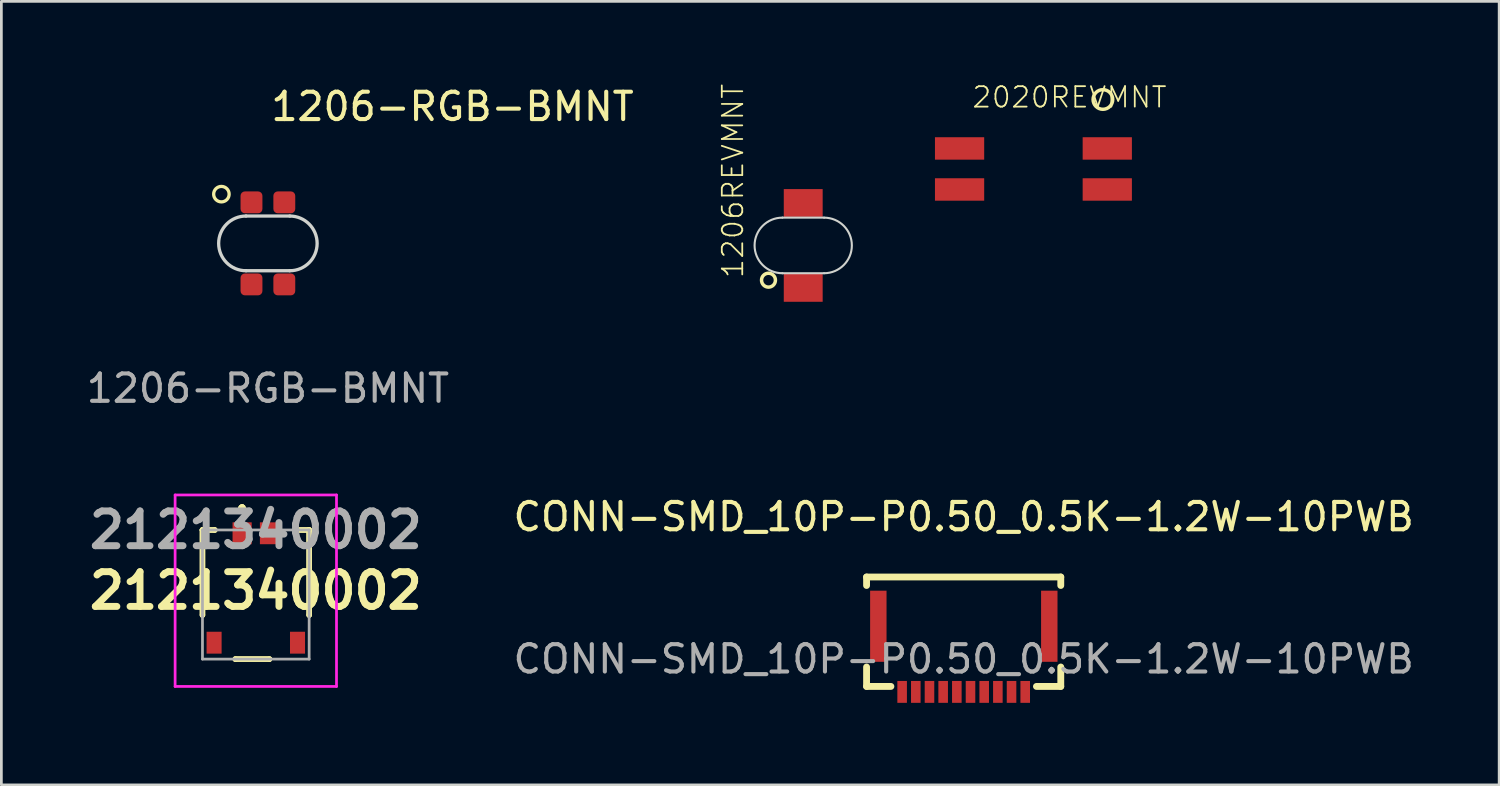
<source format=kicad_pcb>
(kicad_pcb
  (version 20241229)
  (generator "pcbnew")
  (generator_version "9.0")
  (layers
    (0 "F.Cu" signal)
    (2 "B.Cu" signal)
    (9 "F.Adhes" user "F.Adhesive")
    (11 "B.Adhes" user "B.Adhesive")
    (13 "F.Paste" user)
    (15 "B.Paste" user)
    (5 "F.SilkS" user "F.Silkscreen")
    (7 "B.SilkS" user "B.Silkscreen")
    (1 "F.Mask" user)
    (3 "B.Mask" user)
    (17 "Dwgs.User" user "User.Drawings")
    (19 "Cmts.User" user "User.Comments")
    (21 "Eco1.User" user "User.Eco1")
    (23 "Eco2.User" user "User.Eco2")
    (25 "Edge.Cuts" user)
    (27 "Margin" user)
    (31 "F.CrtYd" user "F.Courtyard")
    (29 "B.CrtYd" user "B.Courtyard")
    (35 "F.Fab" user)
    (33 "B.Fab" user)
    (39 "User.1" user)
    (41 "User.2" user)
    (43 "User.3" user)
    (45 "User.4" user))
  (footprint "CONN-SMD_10P-P0.50_0.5K-1.2W-10PWB"
    (layer "F.Cu")
    (at 32.181 21.045)
    (property "Reference" "CONN-SMD_10P-P0.50_0.5K-1.2W-10PWB" (at 0 -5.2 0) (layer "F.SilkS") (effects (font (size 1 1) (thickness 0.15))))
    (attr through_hole)
    (fp_line (start -3.55 -3) (end -3.55 -2.69) (stroke (width 0.25) (type solid)) (layer "F.SilkS"))
    (fp_line (start -3.55 0.29) (end -3.55 1) (stroke (width 0.25) (type solid)) (layer "F.SilkS"))
    (fp_line (start -3.55 1) (end -2.66 1) (stroke (width 0.25) (type solid)) (layer "F.SilkS"))
    (fp_line (start 3.55 -3) (end -3.55 -3) (stroke (width 0.25) (type solid)) (layer "F.SilkS"))
    (fp_line (start 3.55 -3) (end 3.55 -2.69) (stroke (width 0.25) (type solid)) (layer "F.SilkS"))
    (fp_line (start 3.55 0.29) (end 3.55 1) (stroke (width 0.25) (type solid)) (layer "F.SilkS"))
    (fp_line (start 3.55 1) (end 2.66 1) (stroke (width 0.25) (type solid)) (layer "F.SilkS"))
    (fp_text user "${REFERENCE}" (at 0 0 0) (layer "F.Fab") (effects (font (size 1 1) (thickness 0.15))))
    (pad "1" smd rect (at -2.25 1.2) (size 0.35 0.8) (layers "F.Cu" "F.Mask" "F.Paste"))
    (pad "2" smd rect (at -1.75 1.2) (size 0.35 0.8) (layers "F.Cu" "F.Mask" "F.Paste"))
    (pad "3" smd rect (at -1.25 1.2) (size 0.35 0.8) (layers "F.Cu" "F.Mask" "F.Paste"))
    (pad "4" smd rect (at -0.75 1.2) (size 0.35 0.8) (layers "F.Cu" "F.Mask" "F.Paste"))
    (pad "5" smd rect (at -0.25 1.2) (size 0.35 0.8) (layers "F.Cu" "F.Mask" "F.Paste"))
    (pad "6" smd rect (at 0.25 1.2) (size 0.35 0.8) (layers "F.Cu" "F.Mask" "F.Paste"))
    (pad "7" smd rect (at 0.75 1.2) (size 0.35 0.8) (layers "F.Cu" "F.Mask" "F.Paste"))
    (pad "8" smd rect (at 1.25 1.2) (size 0.35 0.8) (layers "F.Cu" "F.Mask" "F.Paste"))
    (pad "9" smd rect (at 1.75 1.2) (size 0.35 0.8) (layers "F.Cu" "F.Mask" "F.Paste"))
    (pad "10" smd rect (at 2.25 1.2) (size 0.35 0.8) (layers "F.Cu" "F.Mask" "F.Paste"))
    (pad "11" smd rect (at 3.13 -1.2) (size 0.6 2.6) (layers "F.Cu" "F.Mask" "F.Paste"))
    (pad "12" smd rect (at -3.12 -1.2) (size 0.6 2.6) (layers "F.Cu" "F.Mask" "F.Paste")))
  (footprint "2121340002"
    (layer "F.Cu")
    (at 6.302 18.686)
    (property "Reference" "2121340002" (at 0 -0.14 0) (layer "F.SilkS") (effects (font (size 1.27 1.27) (thickness 0.254))))
    (attr smd)
    (fp_line (start -1.95 -2.36) (end -1.95 -2.36) (stroke (width 0.2) (type solid)) (layer "F.SilkS"))
    (fp_line (start -1.95 -2.36) (end -1.95 -2.36) (stroke (width 0.2) (type solid)) (layer "F.SilkS"))
    (fp_line (start -1.95 -2.36) (end -1.95 0.75) (stroke (width 0.2) (type solid)) (layer "F.SilkS"))
    (fp_line (start -1.95 -2.36) (end -1.5 -2.36) (stroke (width 0.2) (type solid)) (layer "F.SilkS"))
    (fp_line (start -1.95 0.75) (end -1.95 -2.36) (stroke (width 0.2) (type solid)) (layer "F.SilkS"))
    (fp_line (start -1.95 0.75) (end -1.95 0.75) (stroke (width 0.2) (type solid)) (layer "F.SilkS"))
    (fp_line (start -1.5 -2.36) (end -1.95 -2.36) (stroke (width 0.2) (type solid)) (layer "F.SilkS"))
    (fp_line (start -1.5 -2.36) (end -1.5 -2.36) (stroke (width 0.2) (type solid)) (layer "F.SilkS"))
    (fp_line (start -0.75 2.36) (end -0.75 2.36) (stroke (width 0.2) (type solid)) (layer "F.SilkS"))
    (fp_line (start -0.75 2.36) (end 0.5 2.36) (stroke (width 0.2) (type solid)) (layer "F.SilkS"))
    (fp_line (start -0.5 -3.2) (end -0.5 -3.2) (stroke (width 0.2) (type solid)) (layer "F.SilkS"))
    (fp_line (start -0.5 -3.2) (end -0.5 -3.2) (stroke (width 0.2) (type solid)) (layer "F.SilkS"))
    (fp_line (start -0.5 -3.1) (end -0.5 -3.1) (stroke (width 0.2) (type solid)) (layer "F.SilkS"))
    (fp_line (start 0.5 2.36) (end -0.75 2.36) (stroke (width 0.2) (type solid)) (layer "F.SilkS"))
    (fp_line (start 0.5 2.36) (end 0.5 2.36) (stroke (width 0.2) (type solid)) (layer "F.SilkS"))
    (fp_line (start 1.5 -2.36) (end 1.5 -2.36) (stroke (width 0.2) (type solid)) (layer "F.SilkS"))
    (fp_line (start 1.5 -2.36) (end 1.95 -2.36) (stroke (width 0.2) (type solid)) (layer "F.SilkS"))
    (fp_line (start 1.95 -2.36) (end 1.5 -2.36) (stroke (width 0.2) (type solid)) (layer "F.SilkS"))
    (fp_line (start 1.95 -2.36) (end 1.95 -2.36) (stroke (width 0.2) (type solid)) (layer "F.SilkS"))
    (fp_line (start 1.95 -2.36) (end 1.95 -2.36) (stroke (width 0.2) (type solid)) (layer "F.SilkS"))
    (fp_line (start 1.95 -2.36) (end 1.95 0.75) (stroke (width 0.2) (type solid)) (layer "F.SilkS"))
    (fp_line (start 1.95 0.75) (end 1.95 -2.36) (stroke (width 0.2) (type solid)) (layer "F.SilkS"))
    (fp_line (start 1.95 0.75) (end 1.95 0.75) (stroke (width 0.2) (type solid)) (layer "F.SilkS"))
    (fp_arc (start -0.5 -3.2) (mid -0.45 -3.15) (end -0.5 -3.1) (stroke (width 0.2) (type solid)) (layer "F.SilkS"))
    (fp_arc (start -0.5 -3.1) (mid -0.55 -3.15) (end -0.5 -3.2) (stroke (width 0.2) (type solid)) (layer "F.SilkS"))
    (fp_arc (start -0.5 -3.1) (mid -0.55 -3.15) (end -0.5 -3.2) (stroke (width 0.2) (type solid)) (layer "F.SilkS"))
    (fp_line (start -2.95 -3.64) (end 2.95 -3.64) (stroke (width 0.1) (type solid)) (layer "F.CrtYd"))
    (fp_line (start -2.95 3.36) (end -2.95 -3.64) (stroke (width 0.1) (type solid)) (layer "F.CrtYd"))
    (fp_line (start 2.95 -3.64) (end 2.95 3.36) (stroke (width 0.1) (type solid)) (layer "F.CrtYd"))
    (fp_line (start 2.95 3.36) (end -2.95 3.36) (stroke (width 0.1) (type solid)) (layer "F.CrtYd"))
    (fp_line (start -1.95 -2.36) (end -1.95 2.36) (stroke (width 0.1) (type solid)) (layer "F.Fab"))
    (fp_line (start -1.95 2.36) (end 1.95 2.36) (stroke (width 0.1) (type solid)) (layer "F.Fab"))
    (fp_line (start 1.95 -2.36) (end -1.95 -2.36) (stroke (width 0.1) (type solid)) (layer "F.Fab"))
    (fp_line (start 1.95 2.36) (end 1.95 -2.36) (stroke (width 0.1) (type solid)) (layer "F.Fab"))
    (fp_text user "${REFERENCE}" (at 0 -2.36 0) (layer "F.Fab") (effects (font (size 1.27 1.27) (thickness 0.254))))
    (pad "1" smd rect (at -0.5 -2.24) (size 0.7 0.8) (layers "F.Cu" "F.Mask" "F.Paste"))
    (pad "2" smd rect (at 0.5 -2.24) (size 0.7 0.8) (layers "F.Cu" "F.Mask" "F.Paste"))
    (pad "MP" smd rect (at -1.525 1.76) (size 0.55 0.8) (layers "F.Cu" "F.Mask" "F.Paste"))
    (pad "MP" smd rect (at 1.525 1.76) (size 0.55 0.8) (layers "F.Cu" "F.Mask" "F.Paste")))
  (footprint "2020REVMNT"
    (layer "F.Cu")
    (at 34.731 3.127)
    (property "Reference" "2020REVMNT" (at -2.286 -2.184 0) (layer "F.SilkS") (effects (font (size 0.748 0.748) (thickness 0.065)) (justify left bottom)))
    (fp_circle (center 2.54 -2.54) (end 2.899 -2.54) (stroke (width 0.127) (type solid)) (fill no) (layer "F.SilkS"))
    (fp_line (start -1.8 -1.5) (end -1.8 1.5) (stroke (width 0.0001) (type solid)) (layer "Edge.Cuts"))
    (fp_line (start -1 1.5) (end 1 1.5) (stroke (width 0.0001) (type solid)) (layer "Edge.Cuts"))
    (fp_line (start 1 -1.5) (end -1 -1.5) (stroke (width 0.0001) (type solid)) (layer "Edge.Cuts"))
    (fp_line (start 1.8 1.5) (end 1.8 -1.5) (stroke (width 0.0001) (type solid)) (layer "Edge.Cuts"))
    (fp_arc (start -1.8 -1.5) (mid -1.4 -1.9) (end -1 -1.5) (stroke (width 0.000025) (type solid)) (layer "Edge.Cuts"))
    (fp_arc (start -1 1.5) (mid -1.4 1.9) (end -1.8 1.5) (stroke (width 0.000025) (type solid)) (layer "Edge.Cuts"))
    (fp_arc (start 1 -1.5) (mid 1.4 -1.9) (end 1.8 -1.5) (stroke (width 0.000025) (type solid)) (layer "Edge.Cuts"))
    (fp_arc (start 1.8 1.5) (mid 1.4 1.9) (end 1 1.5) (stroke (width 0.000025) (type solid)) (layer "Edge.Cuts"))
    (pad "1" smd rect (at -2.7 0.75) (size 1.8 0.82) (layers "F.Cu" "F.Mask" "F.Paste"))
    (pad "2" smd rect (at -2.7 -0.75) (size 1.8 0.82) (layers "F.Cu" "F.Mask" "F.Paste"))
    (pad "3" smd rect (at 2.7 -0.75) (size 1.8 0.82) (layers "F.Cu" "F.Mask" "F.Paste"))
    (pad "4" smd rect (at 2.7 0.75) (size 1.8 0.82) (layers "F.Cu" "F.Mask" "F.Paste")))
  (footprint "1206REVMNT"
    (layer "F.Cu")
    (at 26.315 5.923)
    (property "Reference" "1206REVMNT" (at -2.134 1.245 90) (layer "F.SilkS") (effects (font (size 0.748 0.748) (thickness 0.065)) (justify left bottom)))
    (attr smd)
    (fp_circle (center -1.27 1.27) (end -1.016 1.27) (stroke (width 0.127) (type solid)) (fill no) (layer "F.SilkS"))
    (fp_line (start 0.762 -1.016) (end -0.762 -1.016) (stroke (width 0.076) (type solid)) (layer "Edge.Cuts"))
    (fp_line (start 0.762 1.016) (end -0.762 1.016) (stroke (width 0.076) (type solid)) (layer "Edge.Cuts"))
    (fp_arc (start -0.762 1.016) (mid -1.778 0) (end -0.762 -1.016) (stroke (width 0.0762) (type solid)) (layer "Edge.Cuts"))
    (fp_arc (start 0.762 -1.016) (mid 1.778 0) (end 0.762 1.016) (stroke (width 0.0762) (type solid)) (layer "Edge.Cuts"))
    (pad "1" smd rect (at 0 -1.552) (size 1.422 1.016) (layers "F.Cu" "F.Mask" "F.Paste"))
    (pad "2" smd rect (at 0 1.552) (size 1.422 1.016) (layers "F.Cu" "F.Mask" "F.Paste")))
  (footprint "1206-RGB-BMNT"
    (layer "F.Cu")
    (at 6.744 5.848)
    (property "Reference" "1206-RGB-BMNT" (at 6.75 -5 0) (unlocked yes) (layer "F.SilkS") (effects (font (size 1 1) (thickness 0.15))))
    (attr smd)
    (fp_circle (center -1.7 -1.8) (end -1.5 -1.6) (stroke (width 0.12) (type default)) (fill no) (layer "F.SilkS"))
    (fp_line (start -0.8 -1) (end 0.8 -1) (stroke (width 0.12) (type default)) (layer "Edge.Cuts"))
    (fp_line (start -0.8 1) (end 0.8 1) (stroke (width 0.12) (type default)) (layer "Edge.Cuts"))
    (fp_arc (start -0.8 1) (mid -1.8 0) (end -0.8 -1) (stroke (width 0.12) (type default)) (layer "Edge.Cuts"))
    (fp_arc (start 0.8 -1) (mid 1.8 0) (end 0.8 1) (stroke (width 0.12) (type default)) (layer "Edge.Cuts"))
    (fp_text user "${REFERENCE}" (at 0 5.3 0) (unlocked yes) (layer "F.Fab") (effects (font (size 1 1) (thickness 0.15))))
    (pad "1" smd roundrect (at -0.6 -1.5) (size 0.8 0.8) (layers "F.Cu" "F.Mask" "F.Paste") (roundrect_rratio 0.2))
    (pad "2" smd roundrect (at -0.6 1.5) (size 0.8 0.8) (layers "F.Cu" "F.Mask" "F.Paste") (roundrect_rratio 0.2))
    (pad "3" smd roundrect (at 0.6 1.5) (size 0.8 0.8) (layers "F.Cu" "F.Mask" "F.Paste") (roundrect_rratio 0.2))
    (pad "4" smd roundrect (at 0.6 -1.5) (size 0.8 0.8) (layers "F.Cu" "F.Mask" "F.Paste") (roundrect_rratio 0.2)))
  (gr_rect
    (start -3 -3)
    (end 51.758 25.645)
    (stroke (width 0.1) (type default))
    (fill no)
    (layer "Edge.Cuts")))
</source>
